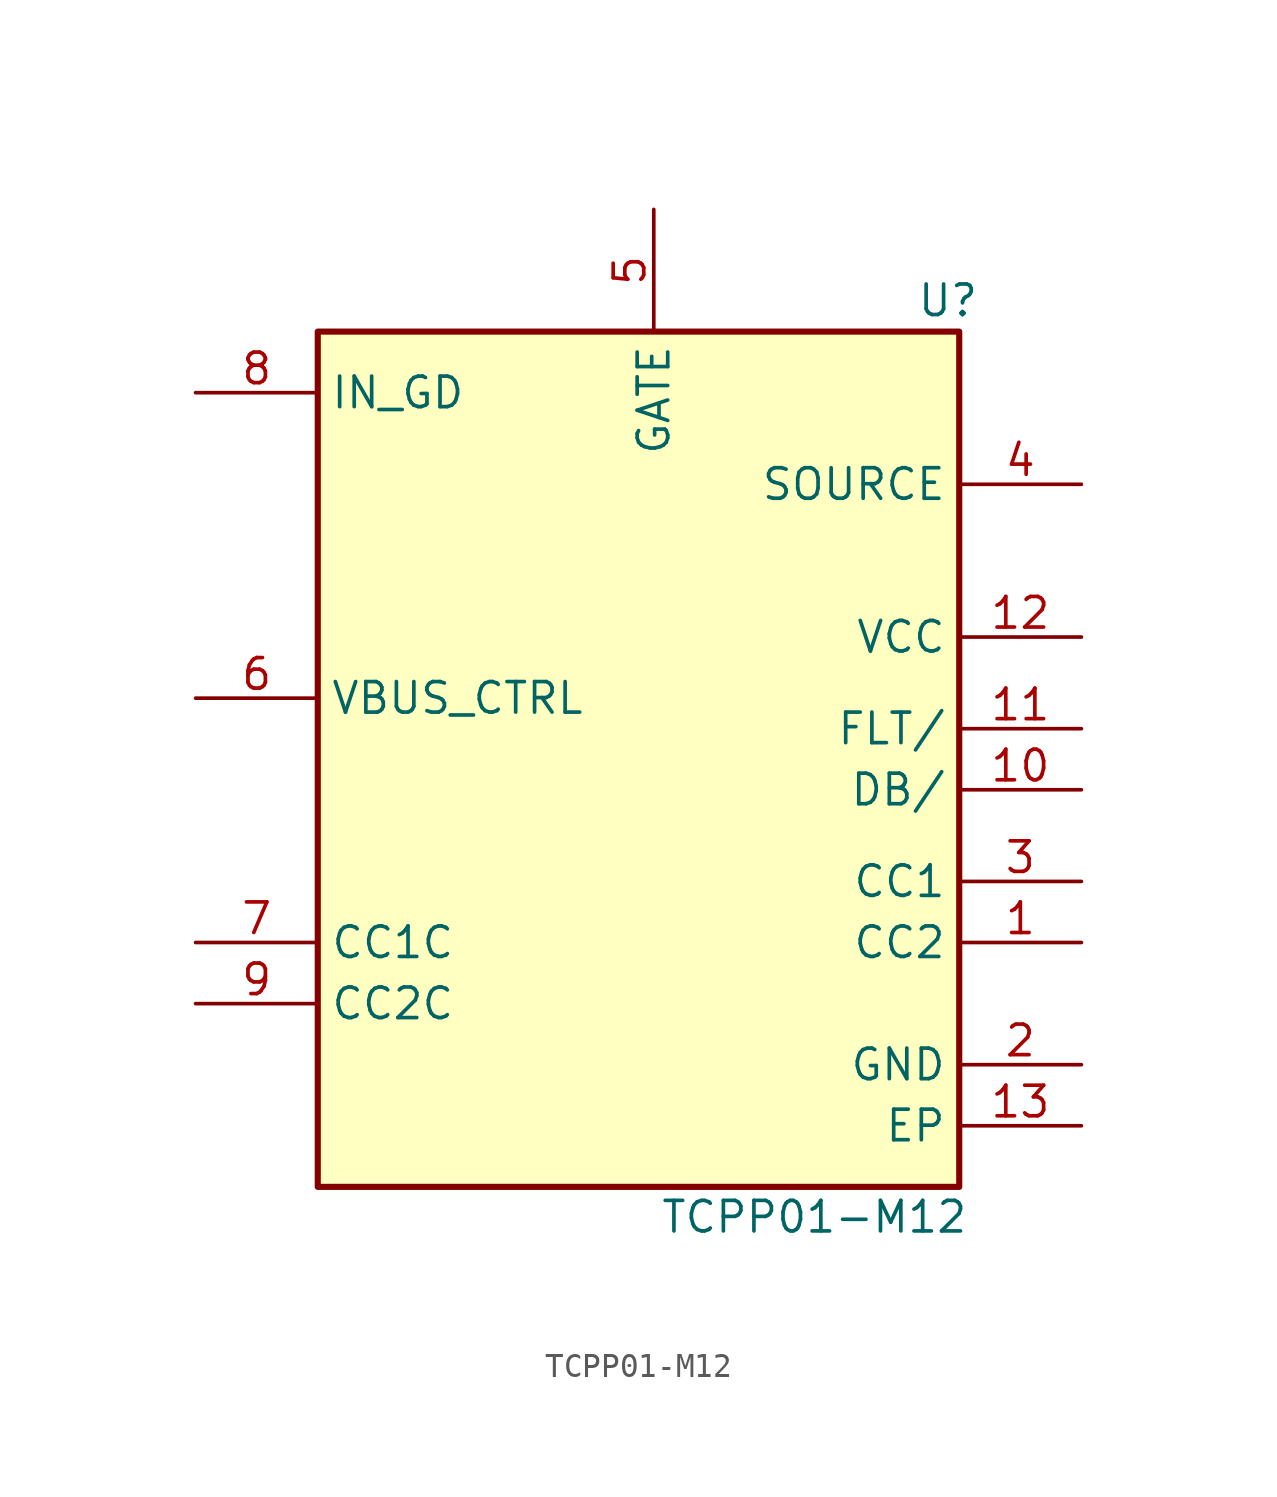
<source format=kicad_sym>
(kicad_symbol_lib
  (version 20231120)
  (generator "kicad_symbol_editor")
  (generator_version "8.0")
  (symbol "TCPP01-M12"
    (property "Reference" "U"
      (at 12.192 19.812 0)
      (effects (font (size 1.27 1.27)) (justify left top)))
    (property "Value" "TCPP01-M12"
      (at 1.524 -18.288 0)
      (effects (font (size 1.27 1.27)) (justify left top)))
    (symbol "TCPP01-M12_1_1"
      (rectangle (start -12.7 17.78) (end 13.97 -17.78) (stroke (width 0.254) (type default)) (fill (type background)))
      (pin passive line (at 19.05 -7.62 180) (length 5.08) (name "CC2" (effects (font (size 1.27 1.27)))) (number "1" (effects (font (size 1.27 1.27)))))
      (pin passive line (at 19.05 -1.27 180) (length 5.08) (name "DB/" (effects (font (size 1.27 1.27)))) (number "10" (effects (font (size 1.27 1.27)))))
      (pin passive line (at 19.05 1.27 180) (length 5.08) (name "FLT/" (effects (font (size 1.27 1.27)))) (number "11" (effects (font (size 1.27 1.27)))))
      (pin passive line (at 19.05 5.08 180) (length 5.08) (name "VCC" (effects (font (size 1.27 1.27)))) (number "12" (effects (font (size 1.27 1.27)))))
      (pin passive line (at 19.05 -15.24 180) (length 5.08) (name "EP" (effects (font (size 1.27 1.27)))) (number "13" (effects (font (size 1.27 1.27)))))
      (pin passive line (at 19.05 -12.7 180) (length 5.08) (name "GND" (effects (font (size 1.27 1.27)))) (number "2" (effects (font (size 1.27 1.27)))))
      (pin passive line (at 19.05 -5.08 180) (length 5.08) (name "CC1" (effects (font (size 1.27 1.27)))) (number "3" (effects (font (size 1.27 1.27)))))
      (pin passive line (at 19.05 11.43 180) (length 5.08) (name "SOURCE" (effects (font (size 1.27 1.27)))) (number "4" (effects (font (size 1.27 1.27)))))
      (pin passive line (at 1.27 22.86 270) (length 5.08) (name "GATE" (effects (font (size 1.27 1.27)))) (number "5" (effects (font (size 1.27 1.27)))))
      (pin passive line (at -17.78 2.54 0) (length 5.08) (name "VBUS_CTRL" (effects (font (size 1.27 1.27)))) (number "6" (effects (font (size 1.27 1.27)))))
      (pin passive line (at -17.78 -7.62 0) (length 5.08) (name "CC1C" (effects (font (size 1.27 1.27)))) (number "7" (effects (font (size 1.27 1.27)))))
      (pin passive line (at -17.78 15.24 0) (length 5.08) (name "IN_GD" (effects (font (size 1.27 1.27)))) (number "8" (effects (font (size 1.27 1.27)))))
      (pin passive line (at -17.78 -10.16 0) (length 5.08) (name "CC2C" (effects (font (size 1.27 1.27)))) (number "9" (effects (font (size 1.27 1.27))))))))
</source>
